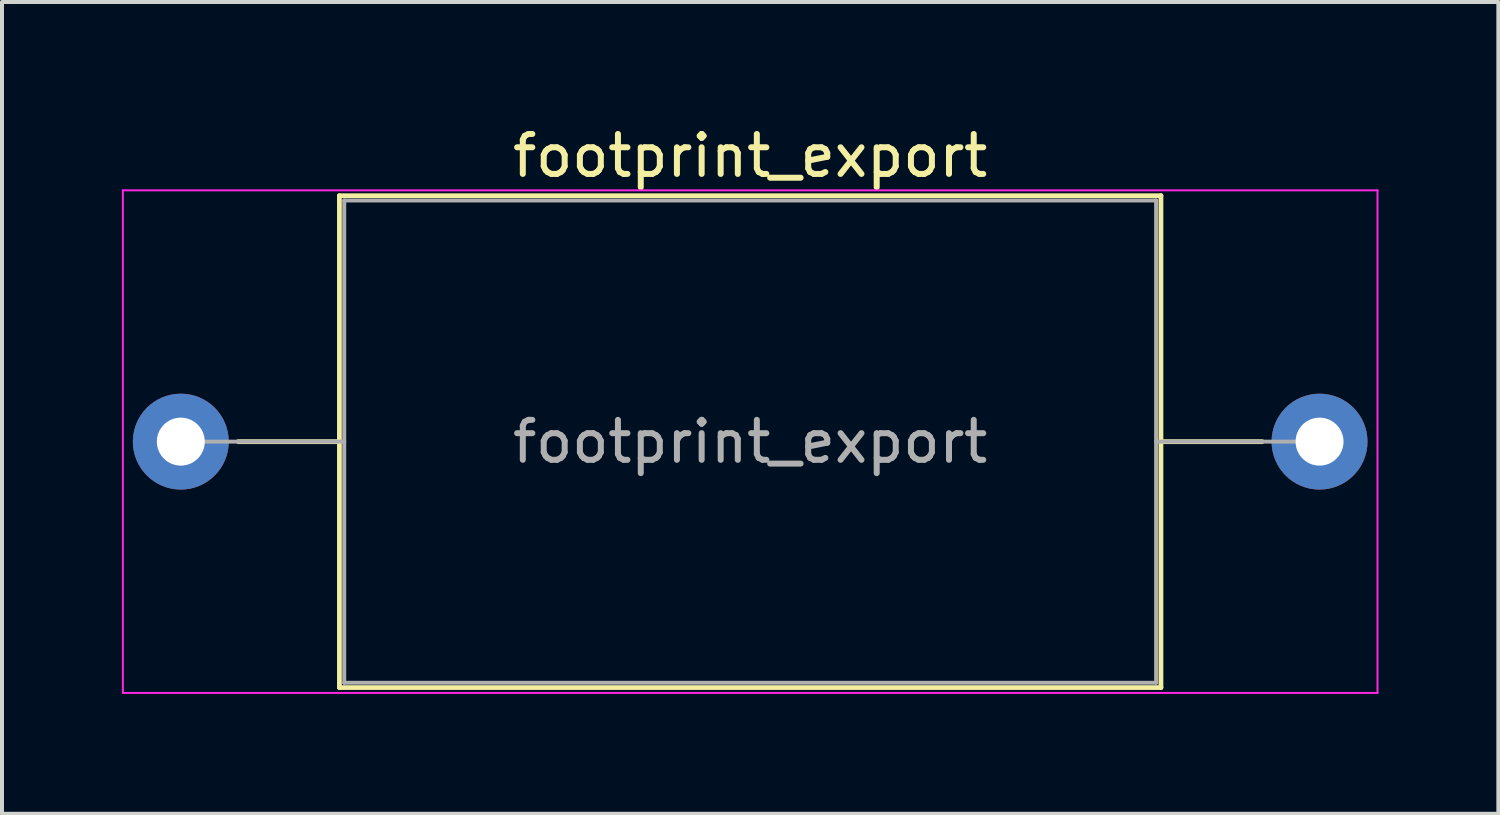
<source format=kicad_pcb>
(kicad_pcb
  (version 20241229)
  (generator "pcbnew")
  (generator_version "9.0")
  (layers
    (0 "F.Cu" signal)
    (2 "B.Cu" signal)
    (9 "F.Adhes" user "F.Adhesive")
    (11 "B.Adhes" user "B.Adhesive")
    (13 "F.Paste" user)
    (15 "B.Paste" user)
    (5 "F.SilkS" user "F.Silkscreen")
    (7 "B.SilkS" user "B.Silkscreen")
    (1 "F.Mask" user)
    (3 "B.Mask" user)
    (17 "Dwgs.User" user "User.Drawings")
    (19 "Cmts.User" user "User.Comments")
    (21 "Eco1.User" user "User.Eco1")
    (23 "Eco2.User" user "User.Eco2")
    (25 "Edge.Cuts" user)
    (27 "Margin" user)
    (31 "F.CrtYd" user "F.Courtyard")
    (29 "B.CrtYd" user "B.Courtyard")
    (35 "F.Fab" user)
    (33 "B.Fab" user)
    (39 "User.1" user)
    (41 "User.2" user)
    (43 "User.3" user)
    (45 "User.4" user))
  (footprint "footprint_export"
    (layer "F.Cu")
    (at 1.475 8.003)
    (property "Reference" "footprint_export" (at 14.25 -7.155 0) (layer "F.SilkS") (effects (font (size 1 1) (thickness 0.15))))
    (attr through_hole)
    (fp_line (start 1.44 0) (end 3.97 0) (stroke (width 0.12) (type solid)) (layer "F.SilkS"))
    (fp_line (start 3.97 -6.155) (end 3.97 6.155) (stroke (width 0.12) (type solid)) (layer "F.SilkS"))
    (fp_line (start 3.97 6.155) (end 24.53 6.155) (stroke (width 0.12) (type solid)) (layer "F.SilkS"))
    (fp_line (start 24.53 -6.155) (end 3.97 -6.155) (stroke (width 0.12) (type solid)) (layer "F.SilkS"))
    (fp_line (start 24.53 6.155) (end 24.53 -6.155) (stroke (width 0.12) (type solid)) (layer "F.SilkS"))
    (fp_line (start 27.06 0) (end 24.53 0) (stroke (width 0.12) (type solid)) (layer "F.SilkS"))
    (fp_line (start -1.45 -6.29) (end -1.45 6.29) (stroke (width 0.05) (type solid)) (layer "F.CrtYd"))
    (fp_line (start -1.45 6.29) (end 29.95 6.29) (stroke (width 0.05) (type solid)) (layer "F.CrtYd"))
    (fp_line (start 29.95 -6.29) (end -1.45 -6.29) (stroke (width 0.05) (type solid)) (layer "F.CrtYd"))
    (fp_line (start 29.95 6.29) (end 29.95 -6.29) (stroke (width 0.05) (type solid)) (layer "F.CrtYd"))
    (fp_line (start 0 0) (end 4.09 0) (stroke (width 0.1) (type solid)) (layer "F.Fab"))
    (fp_line (start 4.09 -6.035) (end 4.09 6.035) (stroke (width 0.1) (type solid)) (layer "F.Fab"))
    (fp_line (start 4.09 6.035) (end 24.41 6.035) (stroke (width 0.1) (type solid)) (layer "F.Fab"))
    (fp_line (start 24.41 -6.035) (end 4.09 -6.035) (stroke (width 0.1) (type solid)) (layer "F.Fab"))
    (fp_line (start 24.41 6.035) (end 24.41 -6.035) (stroke (width 0.1) (type solid)) (layer "F.Fab"))
    (fp_line (start 28.5 0) (end 24.41 0) (stroke (width 0.1) (type solid)) (layer "F.Fab"))
    (fp_text user "${REFERENCE}" (at 14.25 0 0) (layer "F.Fab") (effects (font (size 1 1) (thickness 0.15))))
    (pad "1" thru_hole circle (at 0 0) (size 2.4 2.4) (drill 1.2) (layers "*.Cu" "*.Mask"))
    (pad "2" thru_hole oval (at 28.5 0) (size 2.4 2.4) (drill 1.2) (layers "*.Cu" "*.Mask")))
  (gr_rect
    (start -3 -3)
    (end 34.45 17.318)
    (stroke (width 0.1) (type default))
    (fill no)
    (layer "Edge.Cuts")))
</source>
